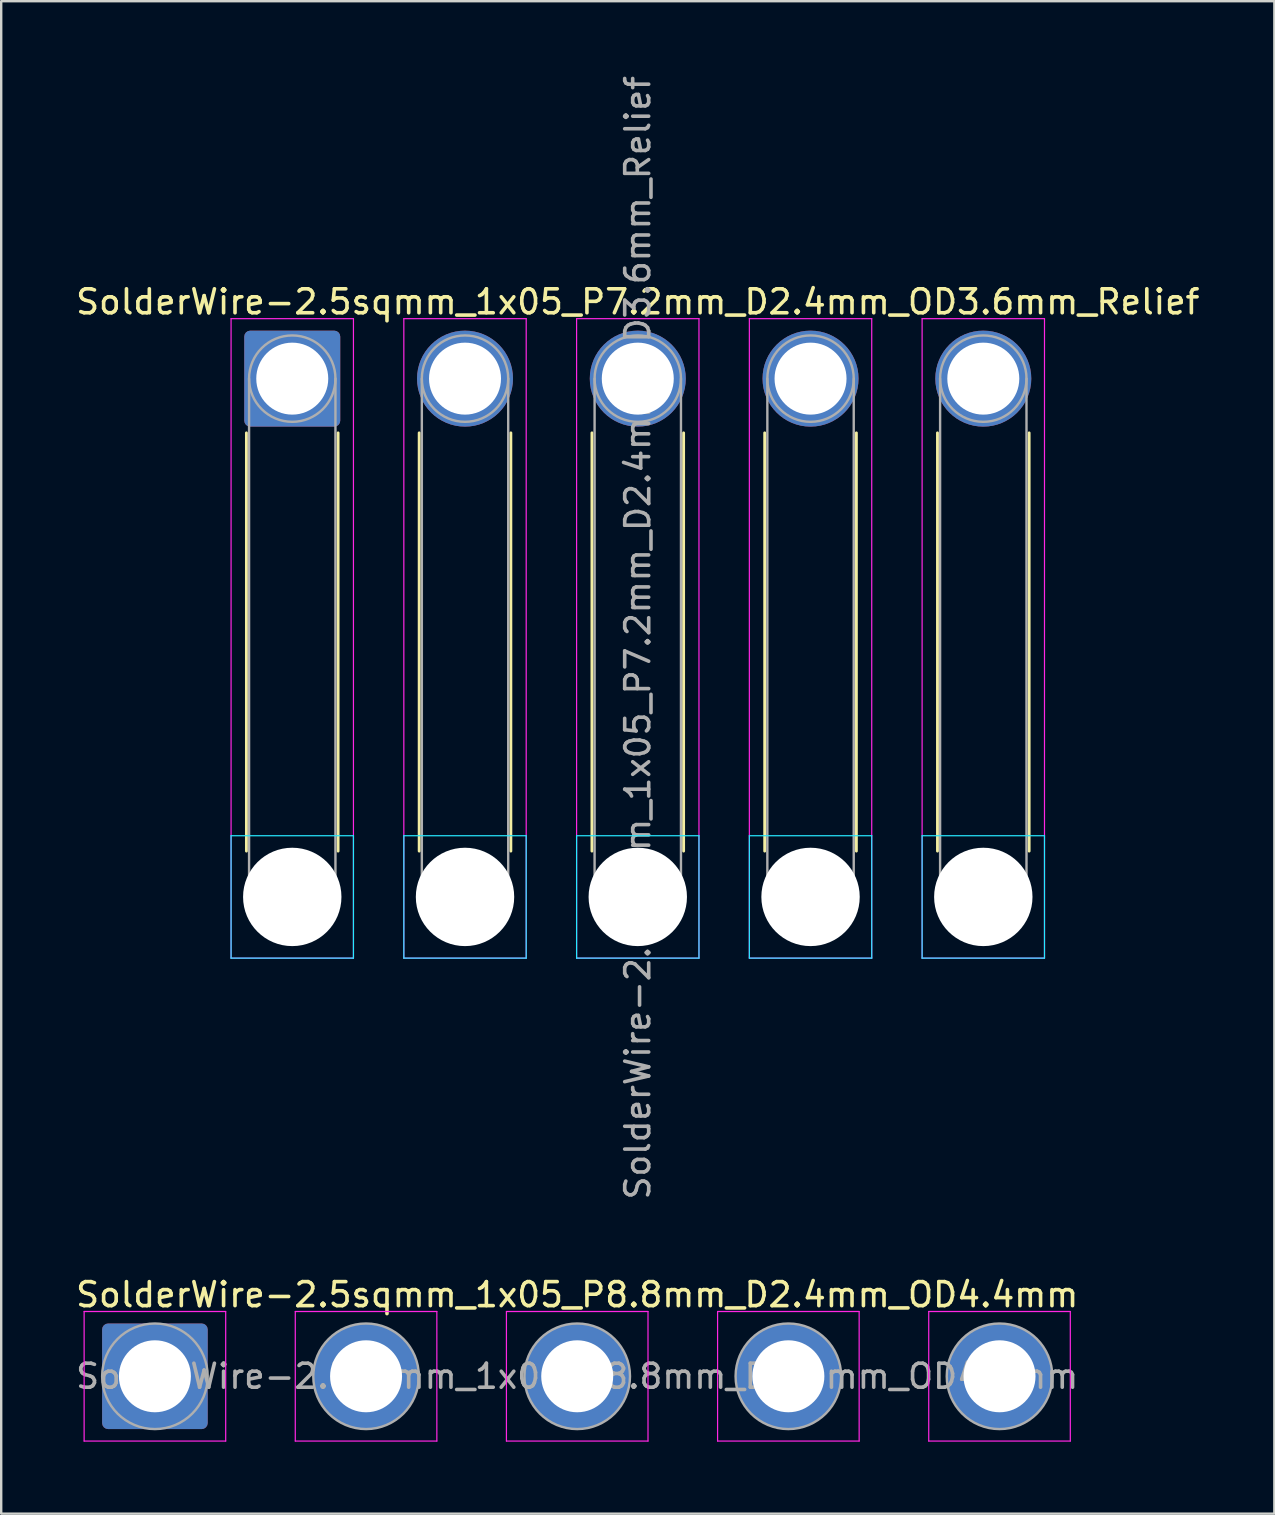
<source format=kicad_pcb>
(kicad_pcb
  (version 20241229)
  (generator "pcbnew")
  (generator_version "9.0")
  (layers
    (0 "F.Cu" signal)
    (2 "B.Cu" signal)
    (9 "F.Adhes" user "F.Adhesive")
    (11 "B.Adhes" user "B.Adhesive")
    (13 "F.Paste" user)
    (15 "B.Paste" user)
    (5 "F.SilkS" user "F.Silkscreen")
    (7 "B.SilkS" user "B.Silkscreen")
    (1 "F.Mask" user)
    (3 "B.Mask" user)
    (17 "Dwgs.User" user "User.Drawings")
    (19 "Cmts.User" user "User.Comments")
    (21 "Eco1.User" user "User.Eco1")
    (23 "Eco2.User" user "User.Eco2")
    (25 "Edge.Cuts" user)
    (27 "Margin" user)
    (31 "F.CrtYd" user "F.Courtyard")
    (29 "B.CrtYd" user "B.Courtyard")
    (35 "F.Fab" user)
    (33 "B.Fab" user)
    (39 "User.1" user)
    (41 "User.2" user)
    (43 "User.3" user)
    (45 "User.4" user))
  (footprint "SolderWire-2.5sqmm_1x05_P8.8mm_D2.4mm_OD4.4mm"
    (layer "F.Cu")
    (at 3.406 54.308)
    (property "Reference" "SolderWire-2.5sqmm_1x05_P8.8mm_D2.4mm_OD4.4mm" (at 17.6 -3.4 0) (layer "F.SilkS") (effects (font (size 1 1) (thickness 0.15))))
    (attr exclude_from_pos_files exclude_from_bom)
    (fp_line (start -2.95 -2.7) (end -2.95 2.7) (stroke (width 0.05) (type solid)) (layer "F.CrtYd"))
    (fp_line (start -2.95 2.7) (end 2.95 2.7) (stroke (width 0.05) (type solid)) (layer "F.CrtYd"))
    (fp_line (start 2.95 -2.7) (end -2.95 -2.7) (stroke (width 0.05) (type solid)) (layer "F.CrtYd"))
    (fp_line (start 2.95 2.7) (end 2.95 -2.7) (stroke (width 0.05) (type solid)) (layer "F.CrtYd"))
    (fp_line (start 5.85 -2.7) (end 5.85 2.7) (stroke (width 0.05) (type solid)) (layer "F.CrtYd"))
    (fp_line (start 5.85 2.7) (end 11.75 2.7) (stroke (width 0.05) (type solid)) (layer "F.CrtYd"))
    (fp_line (start 11.75 -2.7) (end 5.85 -2.7) (stroke (width 0.05) (type solid)) (layer "F.CrtYd"))
    (fp_line (start 11.75 2.7) (end 11.75 -2.7) (stroke (width 0.05) (type solid)) (layer "F.CrtYd"))
    (fp_line (start 14.65 -2.7) (end 14.65 2.7) (stroke (width 0.05) (type solid)) (layer "F.CrtYd"))
    (fp_line (start 14.65 2.7) (end 20.55 2.7) (stroke (width 0.05) (type solid)) (layer "F.CrtYd"))
    (fp_line (start 20.55 -2.7) (end 14.65 -2.7) (stroke (width 0.05) (type solid)) (layer "F.CrtYd"))
    (fp_line (start 20.55 2.7) (end 20.55 -2.7) (stroke (width 0.05) (type solid)) (layer "F.CrtYd"))
    (fp_line (start 23.45 -2.7) (end 23.45 2.7) (stroke (width 0.05) (type solid)) (layer "F.CrtYd"))
    (fp_line (start 23.45 2.7) (end 29.35 2.7) (stroke (width 0.05) (type solid)) (layer "F.CrtYd"))
    (fp_line (start 29.35 -2.7) (end 23.45 -2.7) (stroke (width 0.05) (type solid)) (layer "F.CrtYd"))
    (fp_line (start 29.35 2.7) (end 29.35 -2.7) (stroke (width 0.05) (type solid)) (layer "F.CrtYd"))
    (fp_line (start 32.25 -2.7) (end 32.25 2.7) (stroke (width 0.05) (type solid)) (layer "F.CrtYd"))
    (fp_line (start 32.25 2.7) (end 38.15 2.7) (stroke (width 0.05) (type solid)) (layer "F.CrtYd"))
    (fp_line (start 38.15 -2.7) (end 32.25 -2.7) (stroke (width 0.05) (type solid)) (layer "F.CrtYd"))
    (fp_line (start 38.15 2.7) (end 38.15 -2.7) (stroke (width 0.05) (type solid)) (layer "F.CrtYd"))
    (fp_circle (center 0 0) (end 2.2 0) (stroke (width 0.1) (type solid)) (fill no) (layer "F.Fab"))
    (fp_circle (center 8.8 0) (end 11 0) (stroke (width 0.1) (type solid)) (fill no) (layer "F.Fab"))
    (fp_circle (center 17.6 0) (end 19.8 0) (stroke (width 0.1) (type solid)) (fill no) (layer "F.Fab"))
    (fp_circle (center 26.4 0) (end 28.6 0) (stroke (width 0.1) (type solid)) (fill no) (layer "F.Fab"))
    (fp_circle (center 35.2 0) (end 37.4 0) (stroke (width 0.1) (type solid)) (fill no) (layer "F.Fab"))
    (fp_text user "${REFERENCE}" (at 17.6 0 0) (layer "F.Fab") (effects (font (size 1 1) (thickness 0.15))))
    (pad "1" thru_hole roundrect (at 0 0) (size 4.4 4.4) (drill 3) (layers "*.Cu" "*.Mask") (roundrect_rratio 0.057))
    (pad "2" thru_hole circle (at 8.8 0) (size 4.4 4.4) (drill 3) (layers "*.Cu" "*.Mask"))
    (pad "3" thru_hole circle (at 17.6 0) (size 4.4 4.4) (drill 3) (layers "*.Cu" "*.Mask"))
    (pad "4" thru_hole circle (at 26.4 0) (size 4.4 4.4) (drill 3) (layers "*.Cu" "*.Mask"))
    (pad "5" thru_hole circle (at 35.2 0) (size 4.4 4.4) (drill 3) (layers "*.Cu" "*.Mask")))
  (footprint "SolderWire-2.5sqmm_1x05_P7.2mm_D2.4mm_OD3.6mm_Relief"
    (layer "F.Cu")
    (at 9.13 12.73)
    (property "Reference" "SolderWire-2.5sqmm_1x05_P7.2mm_D2.4mm_OD3.6mm_Relief" (at 14.4 -3.2 0) (layer "F.SilkS") (effects (font (size 1 1) (thickness 0.15))))
    (attr exclude_from_pos_files exclude_from_bom)
    (fp_line (start -1.91 2.26) (end -1.91 19.69) (stroke (width 0.12) (type solid)) (layer "F.SilkS"))
    (fp_line (start 1.91 2.26) (end 1.91 19.69) (stroke (width 0.12) (type solid)) (layer "F.SilkS"))
    (fp_line (start 5.29 2.26) (end 5.29 19.69) (stroke (width 0.12) (type solid)) (layer "F.SilkS"))
    (fp_line (start 9.11 2.26) (end 9.11 19.69) (stroke (width 0.12) (type solid)) (layer "F.SilkS"))
    (fp_line (start 12.49 2.26) (end 12.49 19.69) (stroke (width 0.12) (type solid)) (layer "F.SilkS"))
    (fp_line (start 16.31 2.26) (end 16.31 19.69) (stroke (width 0.12) (type solid)) (layer "F.SilkS"))
    (fp_line (start 19.69 2.26) (end 19.69 19.69) (stroke (width 0.12) (type solid)) (layer "F.SilkS"))
    (fp_line (start 23.51 2.26) (end 23.51 19.69) (stroke (width 0.12) (type solid)) (layer "F.SilkS"))
    (fp_line (start 26.89 2.26) (end 26.89 19.69) (stroke (width 0.12) (type solid)) (layer "F.SilkS"))
    (fp_line (start 30.71 2.26) (end 30.71 19.69) (stroke (width 0.12) (type solid)) (layer "F.SilkS"))
    (fp_line (start -2.55 19.05) (end -2.55 24.15) (stroke (width 0.05) (type solid)) (layer "B.CrtYd"))
    (fp_line (start -2.55 24.15) (end 2.55 24.15) (stroke (width 0.05) (type solid)) (layer "B.CrtYd"))
    (fp_line (start 2.55 19.05) (end -2.55 19.05) (stroke (width 0.05) (type solid)) (layer "B.CrtYd"))
    (fp_line (start 2.55 24.15) (end 2.55 19.05) (stroke (width 0.05) (type solid)) (layer "B.CrtYd"))
    (fp_line (start 4.65 19.05) (end 4.65 24.15) (stroke (width 0.05) (type solid)) (layer "B.CrtYd"))
    (fp_line (start 4.65 24.15) (end 9.75 24.15) (stroke (width 0.05) (type solid)) (layer "B.CrtYd"))
    (fp_line (start 9.75 19.05) (end 4.65 19.05) (stroke (width 0.05) (type solid)) (layer "B.CrtYd"))
    (fp_line (start 9.75 24.15) (end 9.75 19.05) (stroke (width 0.05) (type solid)) (layer "B.CrtYd"))
    (fp_line (start 11.85 19.05) (end 11.85 24.15) (stroke (width 0.05) (type solid)) (layer "B.CrtYd"))
    (fp_line (start 11.85 24.15) (end 16.95 24.15) (stroke (width 0.05) (type solid)) (layer "B.CrtYd"))
    (fp_line (start 16.95 19.05) (end 11.85 19.05) (stroke (width 0.05) (type solid)) (layer "B.CrtYd"))
    (fp_line (start 16.95 24.15) (end 16.95 19.05) (stroke (width 0.05) (type solid)) (layer "B.CrtYd"))
    (fp_line (start 19.05 19.05) (end 19.05 24.15) (stroke (width 0.05) (type solid)) (layer "B.CrtYd"))
    (fp_line (start 19.05 24.15) (end 24.15 24.15) (stroke (width 0.05) (type solid)) (layer "B.CrtYd"))
    (fp_line (start 24.15 19.05) (end 19.05 19.05) (stroke (width 0.05) (type solid)) (layer "B.CrtYd"))
    (fp_line (start 24.15 24.15) (end 24.15 19.05) (stroke (width 0.05) (type solid)) (layer "B.CrtYd"))
    (fp_line (start 26.25 19.05) (end 26.25 24.15) (stroke (width 0.05) (type solid)) (layer "B.CrtYd"))
    (fp_line (start 26.25 24.15) (end 31.35 24.15) (stroke (width 0.05) (type solid)) (layer "B.CrtYd"))
    (fp_line (start 31.35 19.05) (end 26.25 19.05) (stroke (width 0.05) (type solid)) (layer "B.CrtYd"))
    (fp_line (start 31.35 24.15) (end 31.35 19.05) (stroke (width 0.05) (type solid)) (layer "B.CrtYd"))
    (fp_line (start -2.55 -2.5) (end -2.55 24.15) (stroke (width 0.05) (type solid)) (layer "F.CrtYd"))
    (fp_line (start -2.55 24.15) (end 2.55 24.15) (stroke (width 0.05) (type solid)) (layer "F.CrtYd"))
    (fp_line (start 2.55 -2.5) (end -2.55 -2.5) (stroke (width 0.05) (type solid)) (layer "F.CrtYd"))
    (fp_line (start 2.55 24.15) (end 2.55 -2.5) (stroke (width 0.05) (type solid)) (layer "F.CrtYd"))
    (fp_line (start 4.65 -2.5) (end 4.65 24.15) (stroke (width 0.05) (type solid)) (layer "F.CrtYd"))
    (fp_line (start 4.65 24.15) (end 9.75 24.15) (stroke (width 0.05) (type solid)) (layer "F.CrtYd"))
    (fp_line (start 9.75 -2.5) (end 4.65 -2.5) (stroke (width 0.05) (type solid)) (layer "F.CrtYd"))
    (fp_line (start 9.75 24.15) (end 9.75 -2.5) (stroke (width 0.05) (type solid)) (layer "F.CrtYd"))
    (fp_line (start 11.85 -2.5) (end 11.85 24.15) (stroke (width 0.05) (type solid)) (layer "F.CrtYd"))
    (fp_line (start 11.85 24.15) (end 16.95 24.15) (stroke (width 0.05) (type solid)) (layer "F.CrtYd"))
    (fp_line (start 16.95 -2.5) (end 11.85 -2.5) (stroke (width 0.05) (type solid)) (layer "F.CrtYd"))
    (fp_line (start 16.95 24.15) (end 16.95 -2.5) (stroke (width 0.05) (type solid)) (layer "F.CrtYd"))
    (fp_line (start 19.05 -2.5) (end 19.05 24.15) (stroke (width 0.05) (type solid)) (layer "F.CrtYd"))
    (fp_line (start 19.05 24.15) (end 24.15 24.15) (stroke (width 0.05) (type solid)) (layer "F.CrtYd"))
    (fp_line (start 24.15 -2.5) (end 19.05 -2.5) (stroke (width 0.05) (type solid)) (layer "F.CrtYd"))
    (fp_line (start 24.15 24.15) (end 24.15 -2.5) (stroke (width 0.05) (type solid)) (layer "F.CrtYd"))
    (fp_line (start 26.25 -2.5) (end 26.25 24.15) (stroke (width 0.05) (type solid)) (layer "F.CrtYd"))
    (fp_line (start 26.25 24.15) (end 31.35 24.15) (stroke (width 0.05) (type solid)) (layer "F.CrtYd"))
    (fp_line (start 31.35 -2.5) (end 26.25 -2.5) (stroke (width 0.05) (type solid)) (layer "F.CrtYd"))
    (fp_line (start 31.35 24.15) (end 31.35 -2.5) (stroke (width 0.05) (type solid)) (layer "F.CrtYd"))
    (fp_line (start -1.8 0) (end -1.8 21.6) (stroke (width 0.1) (type solid)) (layer "F.Fab"))
    (fp_line (start 1.8 0) (end 1.8 21.6) (stroke (width 0.1) (type solid)) (layer "F.Fab"))
    (fp_line (start 5.4 0) (end 5.4 21.6) (stroke (width 0.1) (type solid)) (layer "F.Fab"))
    (fp_line (start 9 0) (end 9 21.6) (stroke (width 0.1) (type solid)) (layer "F.Fab"))
    (fp_line (start 12.6 0) (end 12.6 21.6) (stroke (width 0.1) (type solid)) (layer "F.Fab"))
    (fp_line (start 16.2 0) (end 16.2 21.6) (stroke (width 0.1) (type solid)) (layer "F.Fab"))
    (fp_line (start 19.8 0) (end 19.8 21.6) (stroke (width 0.1) (type solid)) (layer "F.Fab"))
    (fp_line (start 23.4 0) (end 23.4 21.6) (stroke (width 0.1) (type solid)) (layer "F.Fab"))
    (fp_line (start 27 0) (end 27 21.6) (stroke (width 0.1) (type solid)) (layer "F.Fab"))
    (fp_line (start 30.6 0) (end 30.6 21.6) (stroke (width 0.1) (type solid)) (layer "F.Fab"))
    (fp_circle (center 0 0) (end 1.8 0) (stroke (width 0.1) (type solid)) (fill no) (layer "F.Fab"))
    (fp_circle (center 0 21.6) (end 1.8 21.6) (stroke (width 0.1) (type solid)) (fill no) (layer "F.Fab"))
    (fp_circle (center 7.2 0) (end 9 0) (stroke (width 0.1) (type solid)) (fill no) (layer "F.Fab"))
    (fp_circle (center 7.2 21.6) (end 9 21.6) (stroke (width 0.1) (type solid)) (fill no) (layer "F.Fab"))
    (fp_circle (center 14.4 0) (end 16.2 0) (stroke (width 0.1) (type solid)) (fill no) (layer "F.Fab"))
    (fp_circle (center 14.4 21.6) (end 16.2 21.6) (stroke (width 0.1) (type solid)) (fill no) (layer "F.Fab"))
    (fp_circle (center 21.6 0) (end 23.4 0) (stroke (width 0.1) (type solid)) (fill no) (layer "F.Fab"))
    (fp_circle (center 21.6 21.6) (end 23.4 21.6) (stroke (width 0.1) (type solid)) (fill no) (layer "F.Fab"))
    (fp_circle (center 28.8 0) (end 30.6 0) (stroke (width 0.1) (type solid)) (fill no) (layer "F.Fab"))
    (fp_circle (center 28.8 21.6) (end 30.6 21.6) (stroke (width 0.1) (type solid)) (fill no) (layer "F.Fab"))
    (fp_text user "${REFERENCE}" (at 14.4 10.8 90) (layer "F.Fab") (effects (font (size 1 1) (thickness 0.15))))
    (pad "" np_thru_hole circle (at 0 21.6) (size 4.1 4.1) (drill 4.1) (layers "*.Cu" "*.Mask"))
    (pad "" np_thru_hole circle (at 7.2 21.6) (size 4.1 4.1) (drill 4.1) (layers "*.Cu" "*.Mask"))
    (pad "" np_thru_hole circle (at 14.4 21.6) (size 4.1 4.1) (drill 4.1) (layers "*.Cu" "*.Mask"))
    (pad "" np_thru_hole circle (at 21.6 21.6) (size 4.1 4.1) (drill 4.1) (layers "*.Cu" "*.Mask"))
    (pad "" np_thru_hole circle (at 28.8 21.6) (size 4.1 4.1) (drill 4.1) (layers "*.Cu" "*.Mask"))
    (pad "1" thru_hole roundrect (at 0 0) (size 4 4) (drill 3) (layers "*.Cu" "*.Mask") (roundrect_rratio 0.062))
    (pad "2" thru_hole circle (at 7.2 0) (size 4 4) (drill 3) (layers "*.Cu" "*.Mask"))
    (pad "3" thru_hole circle (at 14.4 0) (size 4 4) (drill 3) (layers "*.Cu" "*.Mask"))
    (pad "4" thru_hole circle (at 21.6 0) (size 4 4) (drill 3) (layers "*.Cu" "*.Mask"))
    (pad "5" thru_hole circle (at 28.8 0) (size 4 4) (drill 3) (layers "*.Cu" "*.Mask")))
  (gr_rect
    (start -3 -3)
    (end 50.06 60.033)
    (stroke (width 0.1) (type default))
    (fill no)
    (layer "Edge.Cuts")))
</source>
